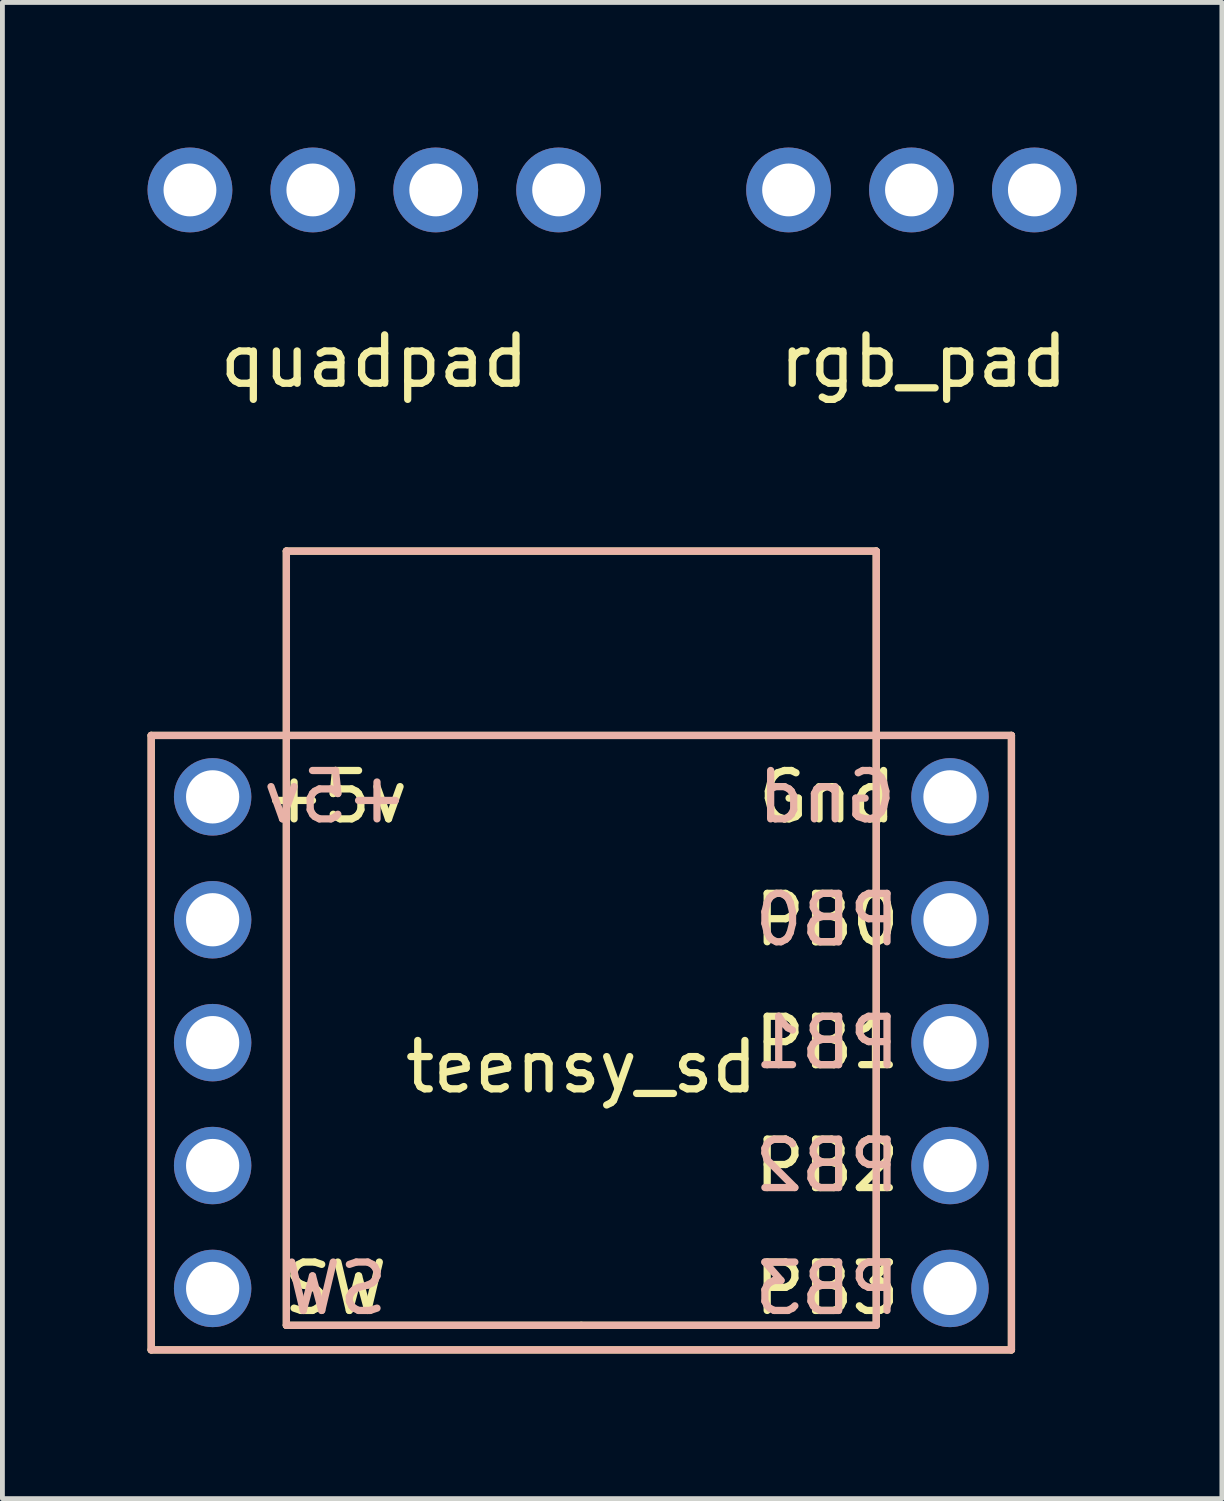
<source format=kicad_pcb>
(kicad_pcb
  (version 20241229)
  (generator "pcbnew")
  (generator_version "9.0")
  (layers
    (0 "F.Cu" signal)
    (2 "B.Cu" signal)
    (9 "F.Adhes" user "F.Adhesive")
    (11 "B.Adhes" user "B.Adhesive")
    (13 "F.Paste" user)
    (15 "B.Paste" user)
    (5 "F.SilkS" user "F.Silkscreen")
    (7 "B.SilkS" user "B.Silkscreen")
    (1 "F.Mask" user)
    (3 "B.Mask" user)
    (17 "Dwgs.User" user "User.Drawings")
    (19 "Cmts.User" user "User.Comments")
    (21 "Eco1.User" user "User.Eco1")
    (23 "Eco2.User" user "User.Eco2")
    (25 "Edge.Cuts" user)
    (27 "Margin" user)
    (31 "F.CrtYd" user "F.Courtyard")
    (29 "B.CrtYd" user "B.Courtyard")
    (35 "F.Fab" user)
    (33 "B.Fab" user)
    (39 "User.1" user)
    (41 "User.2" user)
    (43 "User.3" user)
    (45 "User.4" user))
  (footprint "teensy_sd"
    (layer "F.Cu")
    (at 8.965 18.5)
    (property "Reference" "teensy_sd" (at 0 0.5 0) (layer "F.SilkS") (effects (font (size 1 1) (thickness 0.15))))
    (attr through_hole)
    (fp_line (start -8.89 -6.35) (end 8.89 -6.35) (stroke (width 0.15) (type solid)) (layer "F.SilkS"))
    (fp_line (start -8.89 6.35) (end -8.89 -6.35) (stroke (width 0.15) (type solid)) (layer "F.SilkS"))
    (fp_line (start -6.096 -10.16) (end 6.096 -10.16) (stroke (width 0.15) (type solid)) (layer "F.SilkS"))
    (fp_line (start -6.096 5.842) (end -6.096 -10.16) (stroke (width 0.15) (type solid)) (layer "F.SilkS"))
    (fp_line (start 0 5.842) (end -6.096 5.842) (stroke (width 0.15) (type solid)) (layer "F.SilkS"))
    (fp_line (start 6.096 -10.16) (end 6.096 5.588) (stroke (width 0.15) (type solid)) (layer "F.SilkS"))
    (fp_line (start 6.096 5.588) (end 6.096 5.842) (stroke (width 0.15) (type solid)) (layer "F.SilkS"))
    (fp_line (start 6.096 5.842) (end 0 5.842) (stroke (width 0.15) (type solid)) (layer "F.SilkS"))
    (fp_line (start 8.89 -6.35) (end 8.89 6.35) (stroke (width 0.15) (type solid)) (layer "F.SilkS"))
    (fp_line (start 8.89 6.35) (end -8.89 6.35) (stroke (width 0.15) (type solid)) (layer "F.SilkS"))
    (fp_line (start -8.89 -6.35) (end 8.89 -6.35) (stroke (width 0.15) (type solid)) (layer "B.SilkS"))
    (fp_line (start -8.89 6.35) (end -8.89 -6.35) (stroke (width 0.15) (type solid)) (layer "B.SilkS"))
    (fp_line (start -6.096 -10.16) (end 6.096 -10.16) (stroke (width 0.15) (type solid)) (layer "B.SilkS"))
    (fp_line (start -6.096 5.842) (end -6.096 -10.16) (stroke (width 0.15) (type solid)) (layer "B.SilkS"))
    (fp_line (start 6.096 -10.16) (end 6.096 5.842) (stroke (width 0.15) (type solid)) (layer "B.SilkS"))
    (fp_line (start 6.096 5.842) (end -6.096 5.842) (stroke (width 0.15) (type solid)) (layer "B.SilkS"))
    (fp_line (start 8.89 -6.35) (end 8.89 6.35) (stroke (width 0.15) (type solid)) (layer "B.SilkS"))
    (fp_line (start 8.89 6.35) (end -8.89 6.35) (stroke (width 0.15) (type solid)) (layer "B.SilkS"))
    (fp_text user "PB2" (at 5.08 2.54 0) (layer "F.SilkS") (effects (font (size 1 1) (thickness 0.15))))
    (fp_text user "SW" (at -5.08 5.08 0) (layer "F.SilkS") (effects (font (size 1 1) (thickness 0.15))))
    (fp_text user "Gnd" (at 5.08 -5.08 0) (layer "F.SilkS") (effects (font (size 1 1) (thickness 0.15))))
    (fp_text user "PB0" (at 5.08 -2.54 0) (layer "F.SilkS") (effects (font (size 1 1) (thickness 0.15))))
    (fp_text user "+5v" (at -5.08 -5.08 0) (layer "F.SilkS") (effects (font (size 1 1) (thickness 0.15))))
    (fp_text user "PB1" (at 5.08 0 0) (layer "F.SilkS") (effects (font (size 1 1) (thickness 0.15))))
    (fp_text user "PB3" (at 5.08 5.08 0) (layer "F.SilkS") (effects (font (size 1 1) (thickness 0.15))))
    (fp_text user "PB2" (at 5.08 2.54 0) (layer "B.SilkS") (effects (font (size 1 1) (thickness 0.15)) (justify mirror)))
    (fp_text user "+5v" (at -5.08 -5.08 0) (layer "B.SilkS") (effects (font (size 1 1) (thickness 0.15)) (justify mirror)))
    (fp_text user "SW" (at -5.08 5.08 0) (layer "B.SilkS") (effects (font (size 1 1) (thickness 0.15)) (justify mirror)))
    (fp_text user "Gnd" (at 5.08 -5.08 0) (layer "B.SilkS") (effects (font (size 1 1) (thickness 0.15)) (justify mirror)))
    (fp_text user "PB0" (at 5.08 -2.54 0) (layer "B.SilkS") (effects (font (size 1 1) (thickness 0.15)) (justify mirror)))
    (fp_text user "PB1" (at 5.08 0 0) (layer "B.SilkS") (effects (font (size 1 1) (thickness 0.15)) (justify mirror)))
    (fp_text user "PB3" (at 5.08 5.08 0) (layer "B.SilkS") (effects (font (size 1 1) (thickness 0.15)) (justify mirror)))
    (pad "1" thru_hole circle (at -7.62 -5.08) (size 1.6 1.6) (drill 1.1) (layers "*.Cu" "*.Mask"))
    (pad "2" thru_hole circle (at -7.62 -2.54) (size 1.6 1.6) (drill 1.1) (layers "*.Cu" "*.Mask"))
    (pad "3" thru_hole circle (at -7.62 0) (size 1.6 1.6) (drill 1.1) (layers "*.Cu" "*.Mask"))
    (pad "4" thru_hole circle (at -7.62 2.54) (size 1.6 1.6) (drill 1.1) (layers "*.Cu" "*.Mask"))
    (pad "5" thru_hole circle (at -7.62 5.08) (size 1.6 1.6) (drill 1.1) (layers "*.Cu" "*.Mask"))
    (pad "6" thru_hole circle (at 7.62 -5.08) (size 1.6 1.6) (drill 1.1) (layers "*.Cu" "*.Mask"))
    (pad "7" thru_hole circle (at 7.62 -2.54) (size 1.6 1.6) (drill 1.1) (layers "*.Cu" "*.Mask"))
    (pad "8" thru_hole circle (at 7.62 0) (size 1.6 1.6) (drill 1.1) (layers "*.Cu" "*.Mask"))
    (pad "9" thru_hole circle (at 7.62 2.54) (size 1.6 1.6) (drill 1.1) (layers "*.Cu" "*.Mask"))
    (pad "10" thru_hole circle (at 7.62 5.08) (size 1.6 1.6) (drill 1.1) (layers "*.Cu" "*.Mask")))
  (footprint "rgb_pad"
    (layer "F.Cu")
    (at 15.789 3.416)
    (property "Reference" "rgb_pad" (at 0.25 1 0) (layer "F.SilkS") (effects (font (size 1 1) (thickness 0.15))))
    (attr through_hole)
    (pad "1" thru_hole circle (at -2.54 -2.54) (size 1.753 1.753) (drill 1.092) (layers "*.Cu" "*.Mask"))
    (pad "2" thru_hole circle (at 0 -2.54) (size 1.753 1.753) (drill 1.092) (layers "*.Cu" "*.Mask"))
    (pad "3" thru_hole circle (at 2.54 -2.54) (size 1.753 1.753) (drill 1.092) (layers "*.Cu" "*.Mask")))
  (footprint "quadpad"
    (layer "F.Cu")
    (at 3.416 3.416)
    (property "Reference" "quadpad" (at 1.27 1 0) (layer "F.SilkS") (effects (font (size 1 1) (thickness 0.15))))
    (attr through_hole)
    (pad "1" thru_hole circle (at -2.54 -2.54) (size 1.753 1.753) (drill 1.092) (layers "*.Cu" "*.Mask"))
    (pad "2" thru_hole circle (at 0 -2.54) (size 1.753 1.753) (drill 1.092) (layers "*.Cu" "*.Mask"))
    (pad "3" thru_hole circle (at 2.54 -2.54) (size 1.753 1.753) (drill 1.092) (layers "*.Cu" "*.Mask"))
    (pad "4" thru_hole circle (at 5.08 -2.54) (size 1.753 1.753) (drill 1.092) (layers "*.Cu" "*.Mask")))
  (gr_rect
    (start -3 -3)
    (end 22.205 27.925)
    (stroke (width 0.1) (type default))
    (fill no)
    (layer "Edge.Cuts")))
</source>
